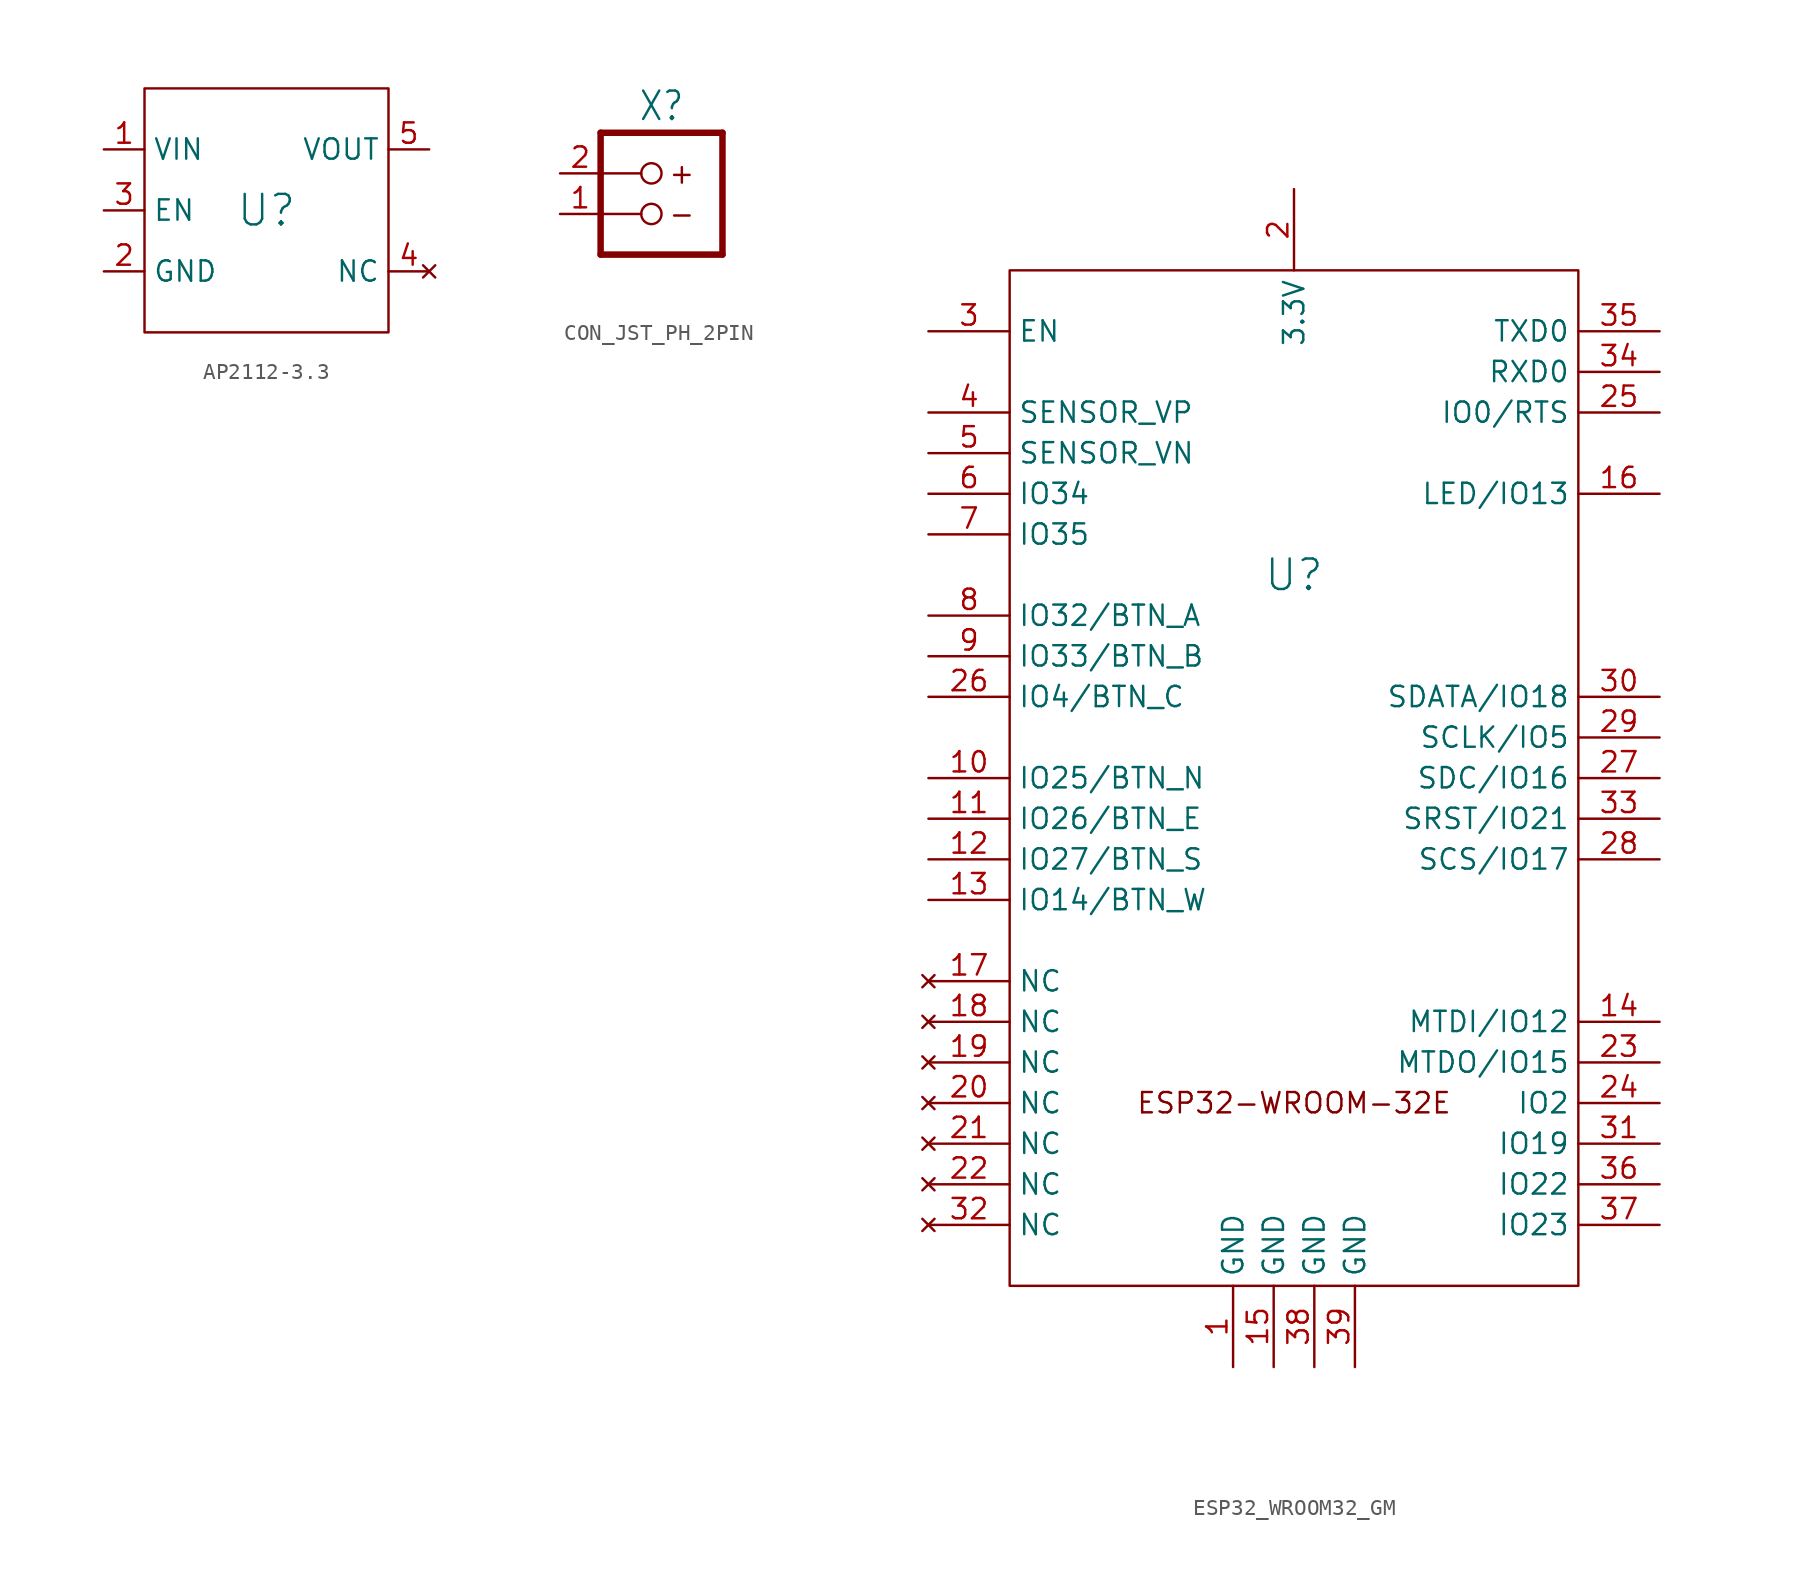
<source format=kicad_sym>
(kicad_symbol_lib
  (version 20220914)
  (generator kicad_symbol_editor)
  (symbol "AP2112-3.3"
    (property "Reference" "U"
      (at 0 0 0)
      (effects (font (size 1.905 1.905))))
    (symbol "AP2112-3.3_0_1"
      (rectangle (start -7.62 7.62) (end 7.62 -7.62) (stroke (width 0) (type default)) (fill (type none))))
    (symbol "AP2112-3.3_1_0"
      (pin power_in line (at -10.16 3.81 0) (length 2.54) (name "VIN" (effects (font (size 1.27 1.27)))) (number "1" (effects (font (size 1.27 1.27)))))
      (pin power_in line (at -10.16 -3.81 0) (length 2.54) (name "GND" (effects (font (size 1.27 1.27)))) (number "2" (effects (font (size 1.27 1.27)))))
      (pin input line (at -10.16 0 0) (length 2.54) (name "EN" (effects (font (size 1.27 1.27)))) (number "3" (effects (font (size 1.27 1.27)))))
      (pin no_connect line (at 10.16 -3.81 180) (length 2.54) (name "NC" (effects (font (size 1.27 1.27)))) (number "4" (effects (font (size 1.27 1.27)))))
      (pin power_out line (at 10.16 3.81 180) (length 2.54) (name "VOUT" (effects (font (size 1.27 1.27)))) (number "5" (effects (font (size 1.27 1.27)))))))
  (symbol "CON_JST_PH_2PIN"
    (property "Reference" "X"
      (at 0 4.445 0)
      (effects (font (size 1.778 1.511)) (justify bottom)))
    (property "Value" ""
      (at -3.81 -6.35 0)
      (effects (font (size 1.778 1.511)) (justify left bottom)))
    (symbol "CON_JST_PH_2PIN_1_0"
      (polyline (pts (xy -3.81 -3.81) (xy 3.81 -3.81)) (stroke (width 0.406) (type solid)) (fill (type none)))
      (polyline (pts (xy -3.81 3.81) (xy -3.81 -3.81)) (stroke (width 0.406) (type solid)) (fill (type none)))
      (polyline (pts (xy 3.81 -3.81) (xy 3.81 3.81)) (stroke (width 0.406) (type solid)) (fill (type none)))
      (polyline (pts (xy 3.81 3.81) (xy -3.81 3.81)) (stroke (width 0.406) (type solid)) (fill (type none)))
      (pin no_connect line (at 6.35 2.54 180) (length 2.54) hide (name "NC1" (effects (font (size 1.016 1.016)))) (number "" (effects (font (size 1.27 1.27)))))
      (pin no_connect line (at 6.35 -2.54 180) (length 2.54) hide (name "NC2" (effects (font (size 1.016 1.016)))) (number "" (effects (font (size 1.27 1.27)))))
      (pin passive line (at -6.35 -1.27 0) (length 2.54) (name "1" (effects (font (size 0 0)))) (number "1" (effects (font (size 1.27 1.27)))))
      (pin passive line (at -6.35 1.27 0) (length 2.54) (name "2" (effects (font (size 0 0)))) (number "2" (effects (font (size 1.27 1.27))))))
    (symbol "CON_JST_PH_2PIN_1_1"
      (circle (center -0.635 -1.27) (radius 0.635) (stroke (width 0) (type default)) (fill (type none)))
      (circle (center -0.635 1.27) (radius 0.635) (stroke (width 0) (type default)) (fill (type none)))
      (polyline (pts (xy -3.81 -1.27) (xy -1.27 -1.27)) (stroke (width 0) (type default)) (fill (type none)))
      (polyline (pts (xy -3.81 1.27) (xy -1.27 1.27)) (stroke (width 0) (type default)) (fill (type none)))
      (text "+" (at 1.27 1.27 0) (effects (font (size 1.27 1.27))))
      (text "-" (at 1.27 -1.27 0) (effects (font (size 1.27 1.27))))))
  (symbol "ESP32_WROOM32_GM"
    (property "Reference" "U"
      (at 0 13.97 0)
      (effects (font (size 1.905 1.905))))
    (symbol "ESP32_WROOM32_GM_0_1"
      (rectangle (start -17.78 33.02) (end 17.78 -30.48) (stroke (width 0) (type default)) (fill (type none))))
    (symbol "ESP32_WROOM32_GM_1_0"
      (pin passive line (at -3.81 -35.56 90) (length 5.08) (name "GND" (effects (font (size 1.27 1.27)))) (number "1" (effects (font (size 1.27 1.27)))))
      (pin bidirectional line (at -22.86 1.27 0) (length 5.08) (name "IO25/BTN_N" (effects (font (size 1.27 1.27)))) (number "10" (effects (font (size 1.27 1.27)))))
      (pin bidirectional line (at -22.86 -1.27 0) (length 5.08) (name "IO26/BTN_E" (effects (font (size 1.27 1.27)))) (number "11" (effects (font (size 1.27 1.27)))))
      (pin bidirectional line (at -22.86 -3.81 0) (length 5.08) (name "IO27/BTN_S" (effects (font (size 1.27 1.27)))) (number "12" (effects (font (size 1.27 1.27)))))
      (pin bidirectional line (at -22.86 -6.35 0) (length 5.08) (name "IO14/BTN_W" (effects (font (size 1.27 1.27)))) (number "13" (effects (font (size 1.27 1.27)))))
      (pin bidirectional line (at 22.86 -13.97 180) (length 5.08) (name "MTDI/IO12" (effects (font (size 1.27 1.27)))) (number "14" (effects (font (size 1.27 1.27)))))
      (pin passive line (at -1.27 -35.56 90) (length 5.08) (name "GND" (effects (font (size 1.27 1.27)))) (number "15" (effects (font (size 1.27 1.27)))))
      (pin bidirectional line (at 22.86 19.05 180) (length 5.08) (name "LED/IO13" (effects (font (size 1.27 1.27)))) (number "16" (effects (font (size 1.27 1.27)))))
      (pin no_connect line (at -22.86 -11.43 0) (length 5.08) (name "NC" (effects (font (size 1.27 1.27)))) (number "17" (effects (font (size 1.27 1.27)))))
      (pin no_connect line (at -22.86 -13.97 0) (length 5.08) (name "NC" (effects (font (size 1.27 1.27)))) (number "18" (effects (font (size 1.27 1.27)))))
      (pin no_connect line (at -22.86 -16.51 0) (length 5.08) (name "NC" (effects (font (size 1.27 1.27)))) (number "19" (effects (font (size 1.27 1.27)))))
      (pin power_in line (at 0 38.1 270) (length 5.08) (name "3.3V" (effects (font (size 1.27 1.27)))) (number "2" (effects (font (size 1.27 1.27)))))
      (pin no_connect line (at -22.86 -19.05 0) (length 5.08) (name "NC" (effects (font (size 1.27 1.27)))) (number "20" (effects (font (size 1.27 1.27)))))
      (pin no_connect line (at -22.86 -21.59 0) (length 5.08) (name "NC" (effects (font (size 1.27 1.27)))) (number "21" (effects (font (size 1.27 1.27)))))
      (pin no_connect line (at -22.86 -24.13 0) (length 5.08) (name "NC" (effects (font (size 1.27 1.27)))) (number "22" (effects (font (size 1.27 1.27)))))
      (pin bidirectional line (at 22.86 -16.51 180) (length 5.08) (name "MTDO/IO15" (effects (font (size 1.27 1.27)))) (number "23" (effects (font (size 1.27 1.27)))))
      (pin bidirectional line (at 22.86 -19.05 180) (length 5.08) (name "IO2" (effects (font (size 1.27 1.27)))) (number "24" (effects (font (size 1.27 1.27)))))
      (pin bidirectional line (at 22.86 24.13 180) (length 5.08) (name "IO0/RTS" (effects (font (size 1.27 1.27)))) (number "25" (effects (font (size 1.27 1.27)))))
      (pin bidirectional line (at -22.86 6.35 0) (length 5.08) (name "IO4/BTN_C" (effects (font (size 1.27 1.27)))) (number "26" (effects (font (size 1.27 1.27)))))
      (pin bidirectional line (at 22.86 1.27 180) (length 5.08) (name "SDC/IO16" (effects (font (size 1.27 1.27)))) (number "27" (effects (font (size 1.27 1.27)))))
      (pin bidirectional line (at 22.86 -3.81 180) (length 5.08) (name "SCS/IO17" (effects (font (size 1.27 1.27)))) (number "28" (effects (font (size 1.27 1.27)))))
      (pin bidirectional line (at 22.86 3.81 180) (length 5.08) (name "SCLK/IO5" (effects (font (size 1.27 1.27)))) (number "29" (effects (font (size 1.27 1.27)))))
      (pin input line (at -22.86 29.21 0) (length 5.08) (name "EN" (effects (font (size 1.27 1.27)))) (number "3" (effects (font (size 1.27 1.27)))))
      (pin bidirectional line (at 22.86 6.35 180) (length 5.08) (name "SDATA/IO18" (effects (font (size 1.27 1.27)))) (number "30" (effects (font (size 1.27 1.27)))))
      (pin bidirectional line (at 22.86 -21.59 180) (length 5.08) (name "IO19" (effects (font (size 1.27 1.27)))) (number "31" (effects (font (size 1.27 1.27)))))
      (pin no_connect line (at -22.86 -26.67 0) (length 5.08) (name "NC" (effects (font (size 1.27 1.27)))) (number "32" (effects (font (size 1.27 1.27)))))
      (pin bidirectional line (at 22.86 -1.27 180) (length 5.08) (name "SRST/IO21" (effects (font (size 1.27 1.27)))) (number "33" (effects (font (size 1.27 1.27)))))
      (pin input line (at 22.86 26.67 180) (length 5.08) (name "RXD0" (effects (font (size 1.27 1.27)))) (number "34" (effects (font (size 1.27 1.27)))))
      (pin output line (at 22.86 29.21 180) (length 5.08) (name "TXD0" (effects (font (size 1.27 1.27)))) (number "35" (effects (font (size 1.27 1.27)))))
      (pin bidirectional line (at 22.86 -24.13 180) (length 5.08) (name "IO22" (effects (font (size 1.27 1.27)))) (number "36" (effects (font (size 1.27 1.27)))))
      (pin bidirectional line (at 22.86 -26.67 180) (length 5.08) (name "IO23" (effects (font (size 1.27 1.27)))) (number "37" (effects (font (size 1.27 1.27)))))
      (pin passive line (at 1.27 -35.56 90) (length 5.08) (name "GND" (effects (font (size 1.27 1.27)))) (number "38" (effects (font (size 1.27 1.27)))))
      (pin passive line (at 3.81 -35.56 90) (length 5.08) (name "GND" (effects (font (size 1.27 1.27)))) (number "39" (effects (font (size 1.27 1.27)))))
      (pin input line (at -22.86 24.13 0) (length 5.08) (name "SENSOR_VP" (effects (font (size 1.27 1.27)))) (number "4" (effects (font (size 1.27 1.27)))))
      (pin input line (at -22.86 21.59 0) (length 5.08) (name "SENSOR_VN" (effects (font (size 1.27 1.27)))) (number "5" (effects (font (size 1.27 1.27)))))
      (pin input line (at -22.86 19.05 0) (length 5.08) (name "IO34" (effects (font (size 1.27 1.27)))) (number "6" (effects (font (size 1.27 1.27)))))
      (pin input line (at -22.86 16.51 0) (length 5.08) (name "IO35" (effects (font (size 1.27 1.27)))) (number "7" (effects (font (size 1.27 1.27)))))
      (pin bidirectional line (at -22.86 11.43 0) (length 5.08) (name "IO32/BTN_A" (effects (font (size 1.27 1.27)))) (number "8" (effects (font (size 1.27 1.27)))))
      (pin bidirectional line (at -22.86 8.89 0) (length 5.08) (name "IO33/BTN_B" (effects (font (size 1.27 1.27)))) (number "9" (effects (font (size 1.27 1.27))))))
    (symbol "ESP32_WROOM32_GM_1_1"
      (text "ESP32-WROOM-32E" (at 0 -19.05 0) (effects (font (size 1.27 1.27)))))))
</source>
